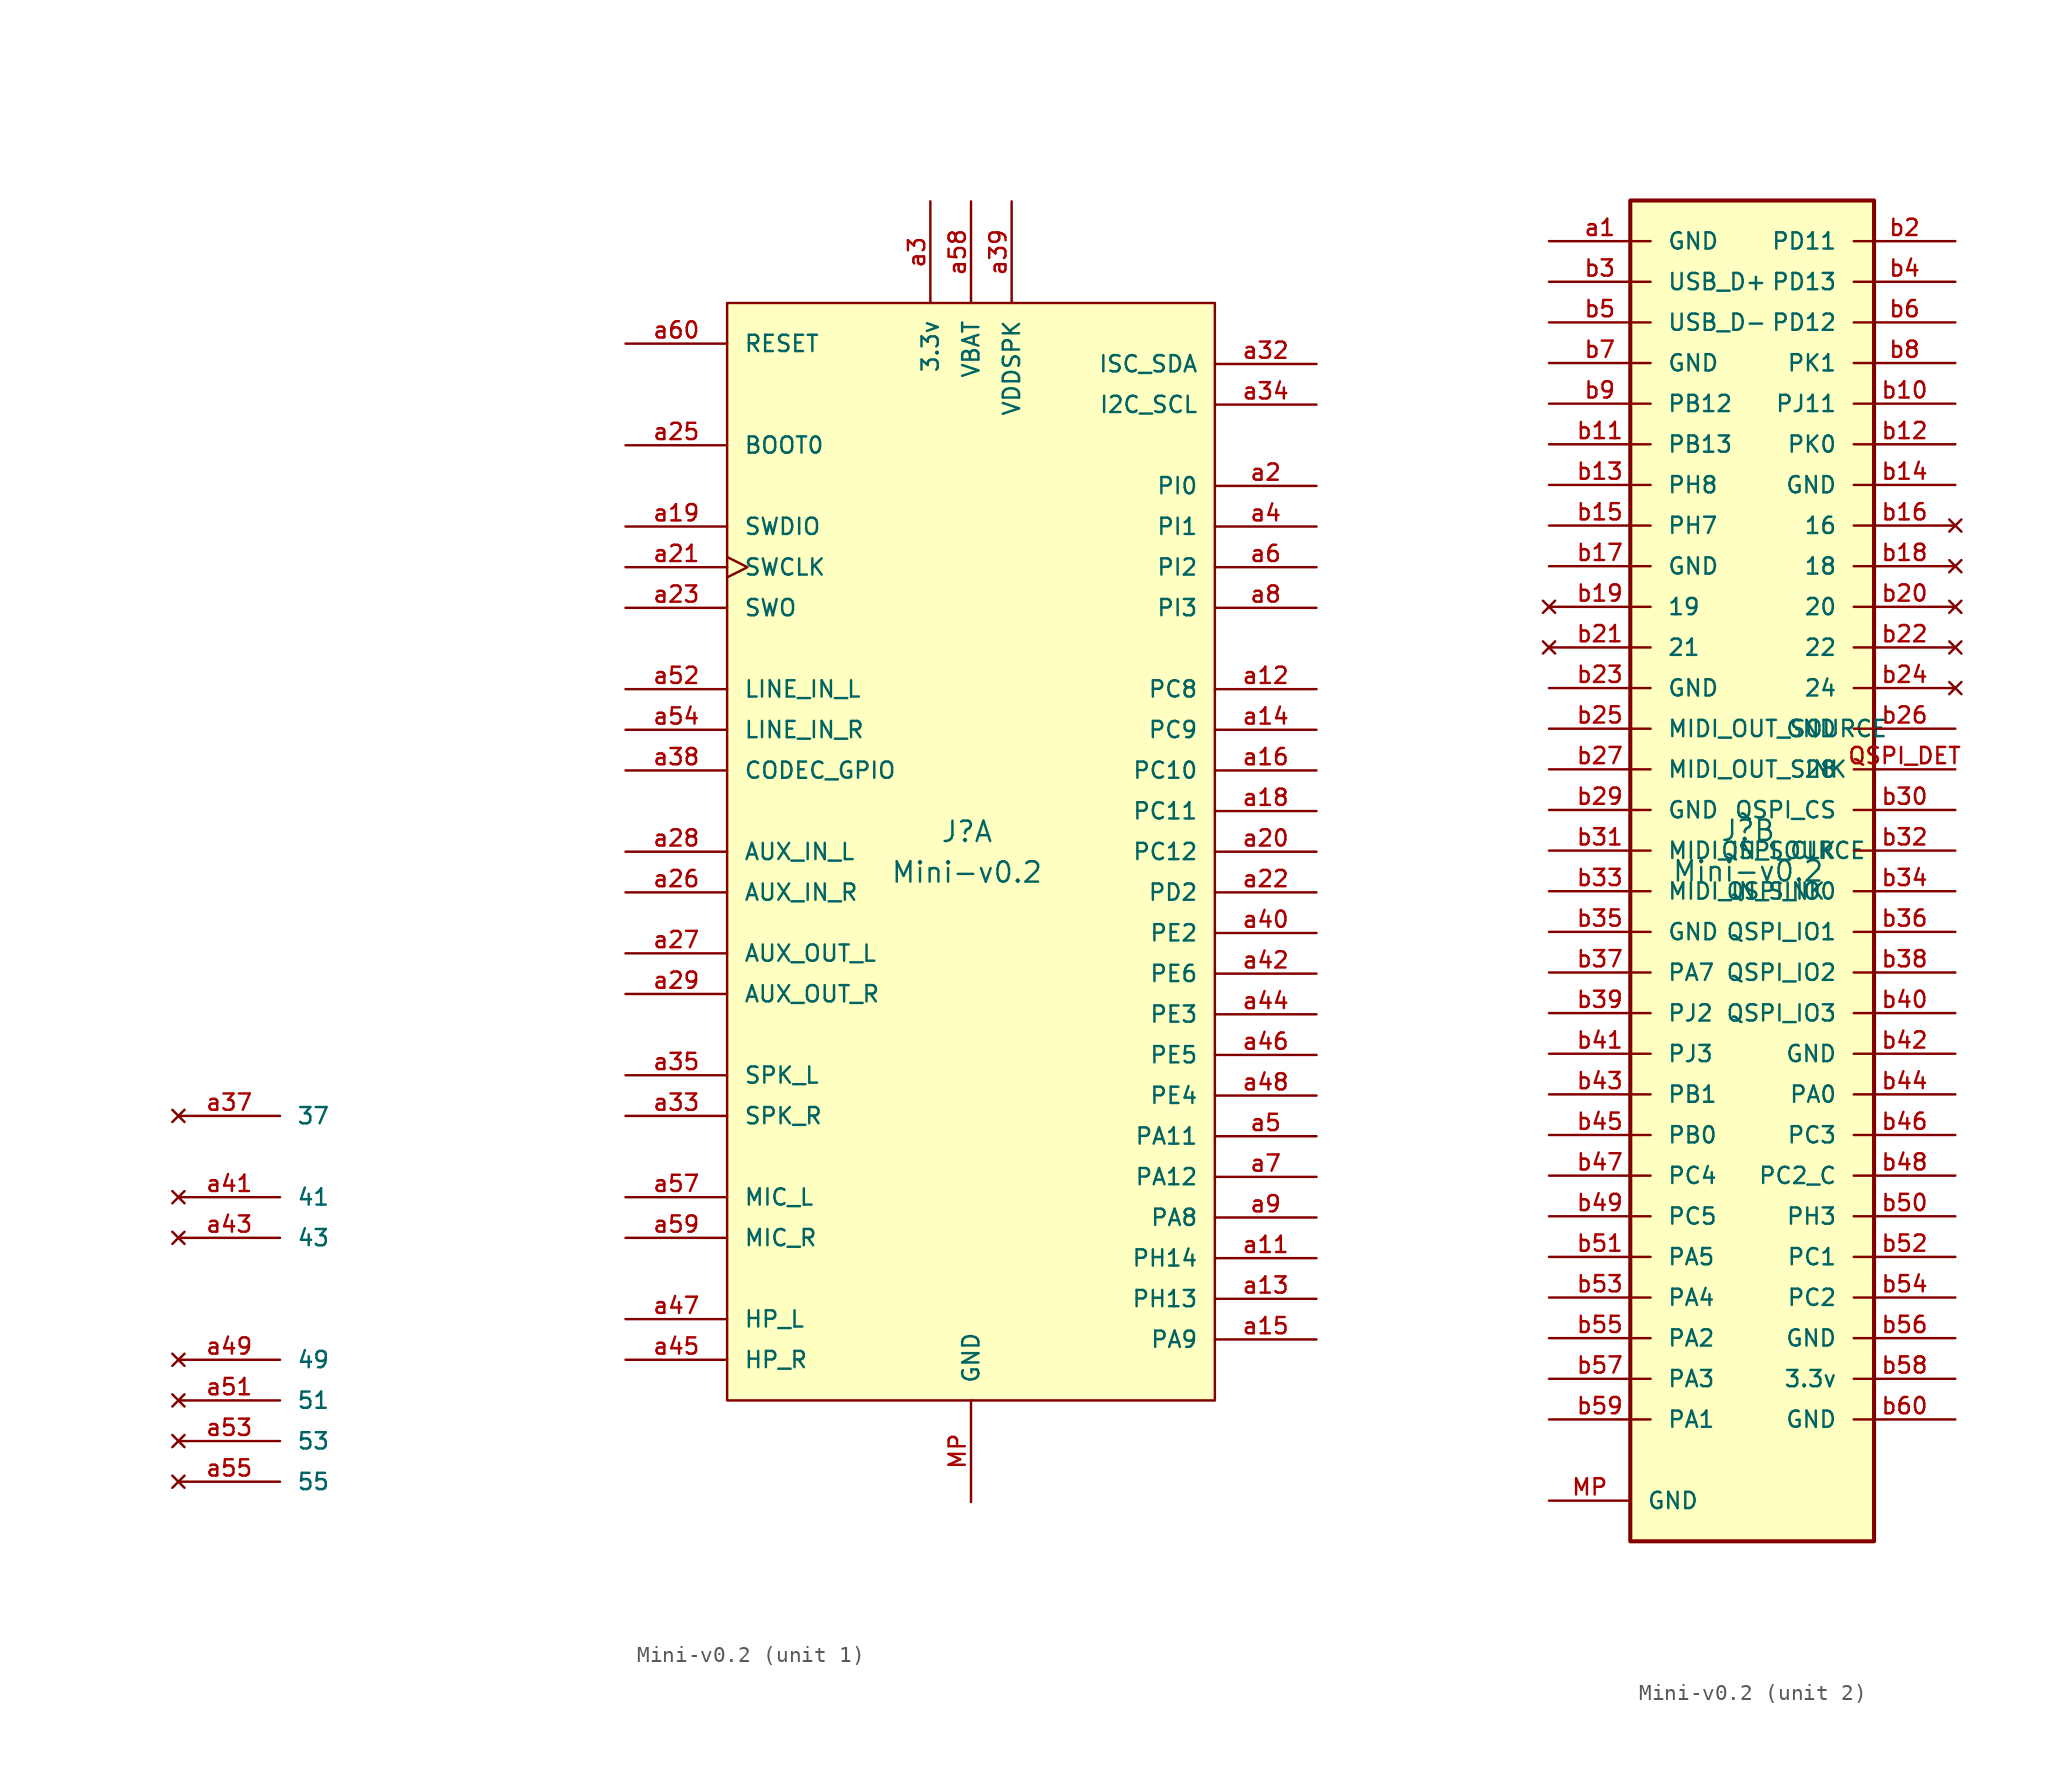
<source format=kicad_sym>
(kicad_symbol_lib
  (version 20241209)
  (generator "kicad_symbol_editor")
  (generator_version "9.0")
  (symbol "Mini-v0.2"
    (pin_names
      (offset 1.016))
    (property "Reference" "J"
      (at -0.254 0.508 0)
      (effects (font (size 1.27 1.27)) (justify bottom)))
    (property "Value" "Mini-v0.2"
      (at -0.254 -2.032 0)
      (effects (font (size 1.27 1.27)) (justify bottom)))
    (property "ki_locked" ""
      (at 0 0 0)
      (effects (font (size 1.27 1.27))))
    (symbol "Mini-v0.2_1_0"
      (rectangle (start -15.24 34.29) (end 15.24 -34.29) (stroke (width 0) (type solid)) (fill (type background)))
      (pin no_connect line (at -49.53 -16.51 0) (length 6.35) (name "37" (effects (font (size 1.016 1.016)))) (number "a37" (effects (font (size 1.016 1.016)))))
      (pin no_connect line (at -49.53 -21.59 0) (length 6.35) (name "41" (effects (font (size 1.016 1.016)))) (number "a41" (effects (font (size 1.016 1.016)))))
      (pin no_connect line (at -49.53 -24.13 0) (length 6.35) (name "43" (effects (font (size 1.016 1.016)))) (number "a43" (effects (font (size 1.016 1.016)))))
      (pin no_connect line (at -49.53 -31.75 0) (length 6.35) (name "49" (effects (font (size 1.016 1.016)))) (number "a49" (effects (font (size 1.016 1.016)))))
      (pin no_connect line (at -49.53 -34.29 0) (length 6.35) (name "51" (effects (font (size 1.016 1.016)))) (number "a51" (effects (font (size 1.016 1.016)))))
      (pin no_connect line (at -49.53 -36.83 0) (length 6.35) (name "53" (effects (font (size 1.016 1.016)))) (number "a53" (effects (font (size 1.016 1.016)))))
      (pin no_connect line (at -49.53 -39.37 0) (length 6.35) (name "55" (effects (font (size 1.016 1.016)))) (number "a55" (effects (font (size 1.016 1.016)))))
      (pin passive line (at -21.59 31.75 0) (length 6.35) (name "RESET" (effects (font (size 1.016 1.016)))) (number "a60" (effects (font (size 1.016 1.016)))))
      (pin input line (at -21.59 25.4 0) (length 6.35) (name "BOOT0" (effects (font (size 1.016 1.016)))) (number "a25" (effects (font (size 1.016 1.016)))))
      (pin passive line (at -21.59 20.32 0) (length 6.35) (name "SWDIO" (effects (font (size 1.016 1.016)))) (number "a19" (effects (font (size 1.016 1.016)))))
      (pin input clock (at -21.59 17.78 0) (length 6.35) (name "SWCLK" (effects (font (size 1.016 1.016)))) (number "a21" (effects (font (size 1.016 1.016)))))
      (pin passive line (at -21.59 15.24 0) (length 6.35) (name "SWO" (effects (font (size 1.016 1.016)))) (number "a23" (effects (font (size 1.016 1.016)))))
      (pin input line (at -21.59 10.16 0) (length 6.35) (name "LINE_IN_L" (effects (font (size 1.016 1.016)))) (number "a52" (effects (font (size 1.016 1.016)))))
      (pin input line (at -21.59 7.62 0) (length 6.35) (name "LINE_IN_R" (effects (font (size 1.016 1.016)))) (number "a54" (effects (font (size 1.016 1.016)))))
      (pin passive line (at -21.59 5.08 0) (length 6.35) (name "CODEC_GPIO" (effects (font (size 1.016 1.016)))) (number "a38" (effects (font (size 1.016 1.016)))))
      (pin input line (at -21.59 0 0) (length 6.35) (name "AUX_IN_L" (effects (font (size 1.016 1.016)))) (number "a28" (effects (font (size 1.016 1.016)))))
      (pin input line (at -21.59 -2.54 0) (length 6.35) (name "AUX_IN_R" (effects (font (size 1.016 1.016)))) (number "a26" (effects (font (size 1.016 1.016)))))
      (pin output line (at -21.59 -6.35 0) (length 6.35) (name "AUX_OUT_L" (effects (font (size 1.016 1.016)))) (number "a27" (effects (font (size 1.016 1.016)))))
      (pin output line (at -21.59 -8.89 0) (length 6.35) (name "AUX_OUT_R" (effects (font (size 1.016 1.016)))) (number "a29" (effects (font (size 1.016 1.016)))))
      (pin output line (at -21.59 -13.97 0) (length 6.35) (name "SPK_L" (effects (font (size 1.016 1.016)))) (number "a35" (effects (font (size 1.016 1.016)))))
      (pin output line (at -21.59 -16.51 0) (length 6.35) (name "SPK_R" (effects (font (size 1.016 1.016)))) (number "a33" (effects (font (size 1.016 1.016)))))
      (pin input line (at -21.59 -21.59 0) (length 6.35) (name "MIC_L" (effects (font (size 1.016 1.016)))) (number "a57" (effects (font (size 1.016 1.016)))))
      (pin input line (at -21.59 -24.13 0) (length 6.35) (name "MIC_R" (effects (font (size 1.016 1.016)))) (number "a59" (effects (font (size 1.016 1.016)))))
      (pin output line (at -21.59 -29.21 0) (length 6.35) (name "HP_L" (effects (font (size 1.016 1.016)))) (number "a47" (effects (font (size 1.016 1.016)))))
      (pin output line (at -21.59 -31.75 0) (length 6.35) (name "HP_R" (effects (font (size 1.016 1.016)))) (number "a45" (effects (font (size 1.016 1.016)))))
      (pin power_in line (at -2.54 40.64 270) (length 6.35) (name "3.3v" (effects (font (size 1.016 1.016)))) (number "a3" (effects (font (size 1.016 1.016)))))
      (pin power_in line (at 0 40.64 270) (length 6.35) (name "VBAT" (effects (font (size 1.016 1.016)))) (number "a58" (effects (font (size 1.016 1.016)))))
      (pin power_in line (at 0 -40.64 90) (length 6.35) (name "GND" (effects (font (size 1.016 1.016)))) (number "MP" (effects (font (size 1.016 1.016)))))
      (pin passive line (at 0 -40.64 90) (length 6.35) (hide yes) (name "GND" (effects (font (size 1.016 1.016)))) (number "a1" (effects (font (size 1.016 1.016)))))
      (pin passive line (at 0 -40.64 90) (length 6.35) (hide yes) (name "GND" (effects (font (size 1.016 1.016)))) (number "a10" (effects (font (size 1.016 1.016)))))
      (pin passive line (at 0 -40.64 90) (length 6.35) (hide yes) (name "GND" (effects (font (size 1.016 1.016)))) (number "a17" (effects (font (size 1.016 1.016)))))
      (pin passive line (at 0 -40.64 90) (length 6.35) (hide yes) (name "GND" (effects (font (size 1.016 1.016)))) (number "a24" (effects (font (size 1.016 1.016)))))
      (pin passive line (at 0 -40.64 90) (length 6.35) (hide yes) (name "GND" (effects (font (size 1.016 1.016)))) (number "a30" (effects (font (size 1.016 1.016)))))
      (pin passive line (at 0 -40.64 90) (length 6.35) (hide yes) (name "GND" (effects (font (size 1.016 1.016)))) (number "a31" (effects (font (size 1.016 1.016)))))
      (pin passive line (at 0 -40.64 90) (length 6.35) (hide yes) (name "GND" (effects (font (size 1.016 1.016)))) (number "a36" (effects (font (size 1.016 1.016)))))
      (pin passive line (at 0 -40.64 90) (length 6.35) (hide yes) (name "GND" (effects (font (size 1.016 1.016)))) (number "a50" (effects (font (size 1.016 1.016)))))
      (pin passive line (at 0 -40.64 90) (length 6.35) (hide yes) (name "GND" (effects (font (size 1.016 1.016)))) (number "a56" (effects (font (size 1.016 1.016)))))
      (pin power_in line (at 2.54 40.64 270) (length 6.35) (name "VDDSPK" (effects (font (size 1.016 1.016)))) (number "a39" (effects (font (size 1.016 1.016)))))
      (pin passive line (at 21.59 30.48 180) (length 6.35) (name "ISC_SDA" (effects (font (size 1.016 1.016)))) (number "a32" (effects (font (size 1.016 1.016)))))
      (pin passive line (at 21.59 27.94 180) (length 6.35) (name "I2C_SCL" (effects (font (size 1.016 1.016)))) (number "a34" (effects (font (size 1.016 1.016)))))
      (pin passive line (at 21.59 22.86 180) (length 6.35) (name "PI0" (effects (font (size 1.016 1.016)))) (number "a2" (effects (font (size 1.016 1.016)))) (alternate "SPI2_MOSI" passive line))
      (pin passive line (at 21.59 20.32 180) (length 6.35) (name "PI1" (effects (font (size 1.016 1.016)))) (number "a4" (effects (font (size 1.016 1.016)))) (alternate "SPI2_MISO" passive line))
      (pin passive line (at 21.59 17.78 180) (length 6.35) (name "PI2" (effects (font (size 1.016 1.016)))) (number "a6" (effects (font (size 1.016 1.016)))) (alternate "SPI2_SCK" passive clock))
      (pin passive line (at 21.59 15.24 180) (length 6.35) (name "PI3" (effects (font (size 1.016 1.016)))) (number "a8" (effects (font (size 1.016 1.016)))) (alternate "SPI2_NSS" passive line))
      (pin passive line (at 21.59 10.16 180) (length 6.35) (name "PC8" (effects (font (size 1.016 1.016)))) (number "a12" (effects (font (size 1.016 1.016)))) (alternate "SDMMC1_D0" passive line))
      (pin passive line (at 21.59 7.62 180) (length 6.35) (name "PC9" (effects (font (size 1.016 1.016)))) (number "a14" (effects (font (size 1.016 1.016)))) (alternate "SDMMC1_D1" passive line))
      (pin passive line (at 21.59 5.08 180) (length 6.35) (name "PC10" (effects (font (size 1.016 1.016)))) (number "a16" (effects (font (size 1.016 1.016)))) (alternate "SDMMC1_D2" passive line))
      (pin passive line (at 21.59 2.54 180) (length 6.35) (name "PC11" (effects (font (size 1.016 1.016)))) (number "a18" (effects (font (size 1.016 1.016)))) (alternate "SDMMC1_D3" passive line))
      (pin passive line (at 21.59 0 180) (length 6.35) (name "PC12" (effects (font (size 1.016 1.016)))) (number "a20" (effects (font (size 1.016 1.016)))) (alternate "SDMMC1_CK" passive line))
      (pin passive line (at 21.59 -2.54 180) (length 6.35) (name "PD2" (effects (font (size 1.016 1.016)))) (number "a22" (effects (font (size 1.016 1.016)))) (alternate "SDMMC1_CMD" passive line))
      (pin passive line (at 21.59 -5.08 180) (length 6.35) (name "PE2" (effects (font (size 1.016 1.016)))) (number "a40" (effects (font (size 1.016 1.016)))) (alternate "SAI1_MCLK" passive line))
      (pin passive line (at 21.59 -7.62 180) (length 6.35) (name "PE6" (effects (font (size 1.016 1.016)))) (number "a42" (effects (font (size 1.016 1.016)))) (alternate "SAI1_SD_A" passive line))
      (pin passive line (at 21.59 -10.16 180) (length 6.35) (name "PE3" (effects (font (size 1.016 1.016)))) (number "a44" (effects (font (size 1.016 1.016)))) (alternate "SAI1_SD_B" passive line))
      (pin passive line (at 21.59 -12.7 180) (length 6.35) (name "PE5" (effects (font (size 1.016 1.016)))) (number "a46" (effects (font (size 1.016 1.016)))) (alternate "SAI1_SCK" passive line))
      (pin passive line (at 21.59 -15.24 180) (length 6.35) (name "PE4" (effects (font (size 1.016 1.016)))) (number "a48" (effects (font (size 1.016 1.016)))) (alternate "SAI1_FS" passive line))
      (pin passive line (at 21.59 -17.78 180) (length 6.35) (name "PA11" (effects (font (size 1.016 1.016)))) (number "a5" (effects (font (size 1.016 1.016)))) (alternate "UART4_RX" passive line))
      (pin passive line (at 21.59 -20.32 180) (length 6.35) (name "PA12" (effects (font (size 1.016 1.016)))) (number "a7" (effects (font (size 1.016 1.016)))) (alternate "UART4_TX" passive line))
      (pin passive line (at 21.59 -22.86 180) (length 6.35) (name "PA8" (effects (font (size 1.016 1.016)))) (number "a9" (effects (font (size 1.016 1.016)))))
      (pin passive line (at 21.59 -25.4 180) (length 6.35) (name "PH14" (effects (font (size 1.016 1.016)))) (number "a11" (effects (font (size 1.016 1.016)))))
      (pin passive line (at 21.59 -27.94 180) (length 6.35) (name "PH13" (effects (font (size 1.016 1.016)))) (number "a13" (effects (font (size 1.016 1.016)))))
      (pin passive line (at 21.59 -30.48 180) (length 6.35) (name "PA9" (effects (font (size 1.016 1.016)))) (number "a15" (effects (font (size 1.016 1.016))))))
    (symbol "Mini-v0.2_2_0"
      (rectangle (start -7.62 40.64) (end 7.62 -43.18) (stroke (width 0.254) (type solid)) (fill (type background)))
      (pin passive line (at -12.7 38.1 0) (length 6.35) (name "GND" (effects (font (size 1.016 1.016)))) (number "a1" (effects (font (size 1.016 1.016)))))
      (pin passive line (at -12.7 35.56 0) (length 6.35) (name "USB_D+" (effects (font (size 1.016 1.016)))) (number "b3" (effects (font (size 1.016 1.016)))))
      (pin passive line (at -12.7 33.02 0) (length 6.35) (name "USB_D-" (effects (font (size 1.016 1.016)))) (number "b5" (effects (font (size 1.016 1.016)))))
      (pin passive line (at -12.7 30.48 0) (length 6.35) (name "GND" (effects (font (size 1.016 1.016)))) (number "b7" (effects (font (size 1.016 1.016)))))
      (pin passive line (at -12.7 27.94 0) (length 6.35) (name "PB12" (effects (font (size 1.016 1.016)))) (number "b9" (effects (font (size 1.016 1.016)))))
      (pin passive line (at -12.7 25.4 0) (length 6.35) (name "PB13" (effects (font (size 1.016 1.016)))) (number "b11" (effects (font (size 1.016 1.016)))))
      (pin passive line (at -12.7 22.86 0) (length 6.35) (name "PH8" (effects (font (size 1.016 1.016)))) (number "b13" (effects (font (size 1.016 1.016)))))
      (pin passive line (at -12.7 20.32 0) (length 6.35) (name "PH7" (effects (font (size 1.016 1.016)))) (number "b15" (effects (font (size 1.016 1.016)))))
      (pin passive line (at -12.7 17.78 0) (length 6.35) (name "GND" (effects (font (size 1.016 1.016)))) (number "b17" (effects (font (size 1.016 1.016)))))
      (pin no_connect line (at -12.7 15.24 0) (length 6.35) (name "19" (effects (font (size 1.016 1.016)))) (number "b19" (effects (font (size 1.016 1.016)))))
      (pin no_connect line (at -12.7 12.7 0) (length 6.35) (name "21" (effects (font (size 1.016 1.016)))) (number "b21" (effects (font (size 1.016 1.016)))))
      (pin passive line (at -12.7 10.16 0) (length 6.35) (name "GND" (effects (font (size 1.016 1.016)))) (number "b23" (effects (font (size 1.016 1.016)))))
      (pin passive line (at -12.7 7.62 0) (length 6.35) (name "MIDI_OUT_SOURCE" (effects (font (size 1.016 1.016)))) (number "b25" (effects (font (size 1.016 1.016)))))
      (pin passive line (at -12.7 5.08 0) (length 6.35) (name "MIDI_OUT_SINK" (effects (font (size 1.016 1.016)))) (number "b27" (effects (font (size 1.016 1.016)))))
      (pin passive line (at -12.7 2.54 0) (length 6.35) (name "GND" (effects (font (size 1.016 1.016)))) (number "b29" (effects (font (size 1.016 1.016)))))
      (pin passive line (at -12.7 0 0) (length 6.35) (name "MIDI_IN_SOURCE" (effects (font (size 1.016 1.016)))) (number "b31" (effects (font (size 1.016 1.016)))))
      (pin passive line (at -12.7 -2.54 0) (length 6.35) (name "MIDI_IN_SINK" (effects (font (size 1.016 1.016)))) (number "b33" (effects (font (size 1.016 1.016)))))
      (pin passive line (at -12.7 -5.08 0) (length 6.35) (name "GND" (effects (font (size 1.016 1.016)))) (number "b35" (effects (font (size 1.016 1.016)))))
      (pin passive line (at -12.7 -7.62 0) (length 6.35) (name "PA7" (effects (font (size 1.016 1.016)))) (number "b37" (effects (font (size 1.016 1.016)))))
      (pin passive line (at -12.7 -10.16 0) (length 6.35) (name "PJ2" (effects (font (size 1.016 1.016)))) (number "b39" (effects (font (size 1.016 1.016)))))
      (pin passive line (at -12.7 -12.7 0) (length 6.35) (name "PJ3" (effects (font (size 1.016 1.016)))) (number "b41" (effects (font (size 1.016 1.016)))))
      (pin passive line (at -12.7 -15.24 0) (length 6.35) (name "PB1" (effects (font (size 1.016 1.016)))) (number "b43" (effects (font (size 1.016 1.016)))))
      (pin passive line (at -12.7 -17.78 0) (length 6.35) (name "PB0" (effects (font (size 1.016 1.016)))) (number "b45" (effects (font (size 1.016 1.016)))))
      (pin passive line (at -12.7 -20.32 0) (length 6.35) (name "PC4" (effects (font (size 1.016 1.016)))) (number "b47" (effects (font (size 1.016 1.016)))))
      (pin passive line (at -12.7 -22.86 0) (length 6.35) (name "PC5" (effects (font (size 1.016 1.016)))) (number "b49" (effects (font (size 1.016 1.016)))))
      (pin passive line (at -12.7 -25.4 0) (length 6.35) (name "PA5" (effects (font (size 1.016 1.016)))) (number "b51" (effects (font (size 1.016 1.016)))))
      (pin passive line (at -12.7 -27.94 0) (length 6.35) (name "PA4" (effects (font (size 1.016 1.016)))) (number "b53" (effects (font (size 1.016 1.016)))))
      (pin passive line (at -12.7 -30.48 0) (length 6.35) (name "PA2" (effects (font (size 1.016 1.016)))) (number "b55" (effects (font (size 1.016 1.016)))))
      (pin passive line (at -12.7 -33.02 0) (length 6.35) (name "PA3" (effects (font (size 1.016 1.016)))) (number "b57" (effects (font (size 1.016 1.016)))))
      (pin passive line (at -12.7 -35.56 0) (length 6.35) (name "PA1" (effects (font (size 1.016 1.016)))) (number "b59" (effects (font (size 1.016 1.016)))))
      (pin passive line (at -12.7 -40.64 0) (length 5.08) (name "GND" (effects (font (size 1.016 1.016)))) (number "MP" (effects (font (size 1.016 1.016)))))
      (pin passive line (at 12.7 38.1 180) (length 6.35) (name "PD11" (effects (font (size 1.016 1.016)))) (number "b2" (effects (font (size 1.016 1.016)))))
      (pin passive line (at 12.7 35.56 180) (length 6.35) (name "PD13" (effects (font (size 1.016 1.016)))) (number "b4" (effects (font (size 1.016 1.016)))))
      (pin passive line (at 12.7 33.02 180) (length 6.35) (name "PD12" (effects (font (size 1.016 1.016)))) (number "b6" (effects (font (size 1.016 1.016)))))
      (pin passive line (at 12.7 30.48 180) (length 6.35) (name "PK1" (effects (font (size 1.016 1.016)))) (number "b8" (effects (font (size 1.016 1.016)))))
      (pin passive line (at 12.7 27.94 180) (length 6.35) (name "PJ11" (effects (font (size 1.016 1.016)))) (number "b10" (effects (font (size 1.016 1.016)))))
      (pin passive line (at 12.7 25.4 180) (length 6.35) (name "PK0" (effects (font (size 1.016 1.016)))) (number "b12" (effects (font (size 1.016 1.016)))))
      (pin passive line (at 12.7 22.86 180) (length 6.35) (name "GND" (effects (font (size 1.016 1.016)))) (number "b14" (effects (font (size 1.016 1.016)))))
      (pin no_connect line (at 12.7 20.32 180) (length 6.35) (name "16" (effects (font (size 1.016 1.016)))) (number "b16" (effects (font (size 1.016 1.016)))))
      (pin no_connect line (at 12.7 17.78 180) (length 6.35) (name "18" (effects (font (size 1.016 1.016)))) (number "b18" (effects (font (size 1.016 1.016)))))
      (pin no_connect line (at 12.7 15.24 180) (length 6.35) (name "20" (effects (font (size 1.016 1.016)))) (number "b20" (effects (font (size 1.016 1.016)))))
      (pin no_connect line (at 12.7 12.7 180) (length 6.35) (name "22" (effects (font (size 1.016 1.016)))) (number "b22" (effects (font (size 1.016 1.016)))))
      (pin no_connect line (at 12.7 10.16 180) (length 6.35) (name "24" (effects (font (size 1.016 1.016)))) (number "b24" (effects (font (size 1.016 1.016)))))
      (pin passive line (at 12.7 7.62 180) (length 6.35) (name "GND" (effects (font (size 1.016 1.016)))) (number "b26" (effects (font (size 1.016 1.016)))))
      (pin passive line (at 12.7 5.08 180) (length 6.35) (name "28" (effects (font (size 1.016 1.016)))) (number "QSPI_DET" (effects (font (size 1.016 1.016)))))
      (pin passive line (at 12.7 2.54 180) (length 6.35) (name "QSPI_CS" (effects (font (size 1.016 1.016)))) (number "b30" (effects (font (size 1.016 1.016)))))
      (pin passive line (at 12.7 0 180) (length 6.35) (name "QSPI_CLK" (effects (font (size 1.016 1.016)))) (number "b32" (effects (font (size 1.016 1.016)))))
      (pin passive line (at 12.7 -2.54 180) (length 6.35) (name "QSPI_IO0" (effects (font (size 1.016 1.016)))) (number "b34" (effects (font (size 1.016 1.016)))))
      (pin passive line (at 12.7 -5.08 180) (length 6.35) (name "QSPI_IO1" (effects (font (size 1.016 1.016)))) (number "b36" (effects (font (size 1.016 1.016)))))
      (pin passive line (at 12.7 -7.62 180) (length 6.35) (name "QSPI_IO2" (effects (font (size 1.016 1.016)))) (number "b38" (effects (font (size 1.016 1.016)))))
      (pin passive line (at 12.7 -10.16 180) (length 6.35) (name "QSPI_IO3" (effects (font (size 1.016 1.016)))) (number "b40" (effects (font (size 1.016 1.016)))))
      (pin passive line (at 12.7 -12.7 180) (length 6.35) (name "GND" (effects (font (size 1.016 1.016)))) (number "b42" (effects (font (size 1.016 1.016)))))
      (pin passive line (at 12.7 -15.24 180) (length 6.35) (name "PA0" (effects (font (size 1.016 1.016)))) (number "b44" (effects (font (size 1.016 1.016)))))
      (pin passive line (at 12.7 -17.78 180) (length 6.35) (name "PC3" (effects (font (size 1.016 1.016)))) (number "b46" (effects (font (size 1.016 1.016)))))
      (pin passive line (at 12.7 -20.32 180) (length 6.35) (name "PC2_C" (effects (font (size 1.016 1.016)))) (number "b48" (effects (font (size 1.016 1.016)))))
      (pin passive line (at 12.7 -22.86 180) (length 6.35) (name "PH3" (effects (font (size 1.016 1.016)))) (number "b50" (effects (font (size 1.016 1.016)))))
      (pin passive line (at 12.7 -25.4 180) (length 6.35) (name "PC1" (effects (font (size 1.016 1.016)))) (number "b52" (effects (font (size 1.016 1.016)))))
      (pin passive line (at 12.7 -27.94 180) (length 6.35) (name "PC2" (effects (font (size 1.016 1.016)))) (number "b54" (effects (font (size 1.016 1.016)))))
      (pin passive line (at 12.7 -30.48 180) (length 6.35) (name "GND" (effects (font (size 1.016 1.016)))) (number "b56" (effects (font (size 1.016 1.016)))))
      (pin power_in line (at 12.7 -33.02 180) (length 6.35) (name "3.3v" (effects (font (size 1.016 1.016)))) (number "b58" (effects (font (size 1.016 1.016)))))
      (pin passive line (at 12.7 -35.56 180) (length 6.35) (name "GND" (effects (font (size 1.016 1.016)))) (number "b60" (effects (font (size 1.016 1.016))))))))
</source>
